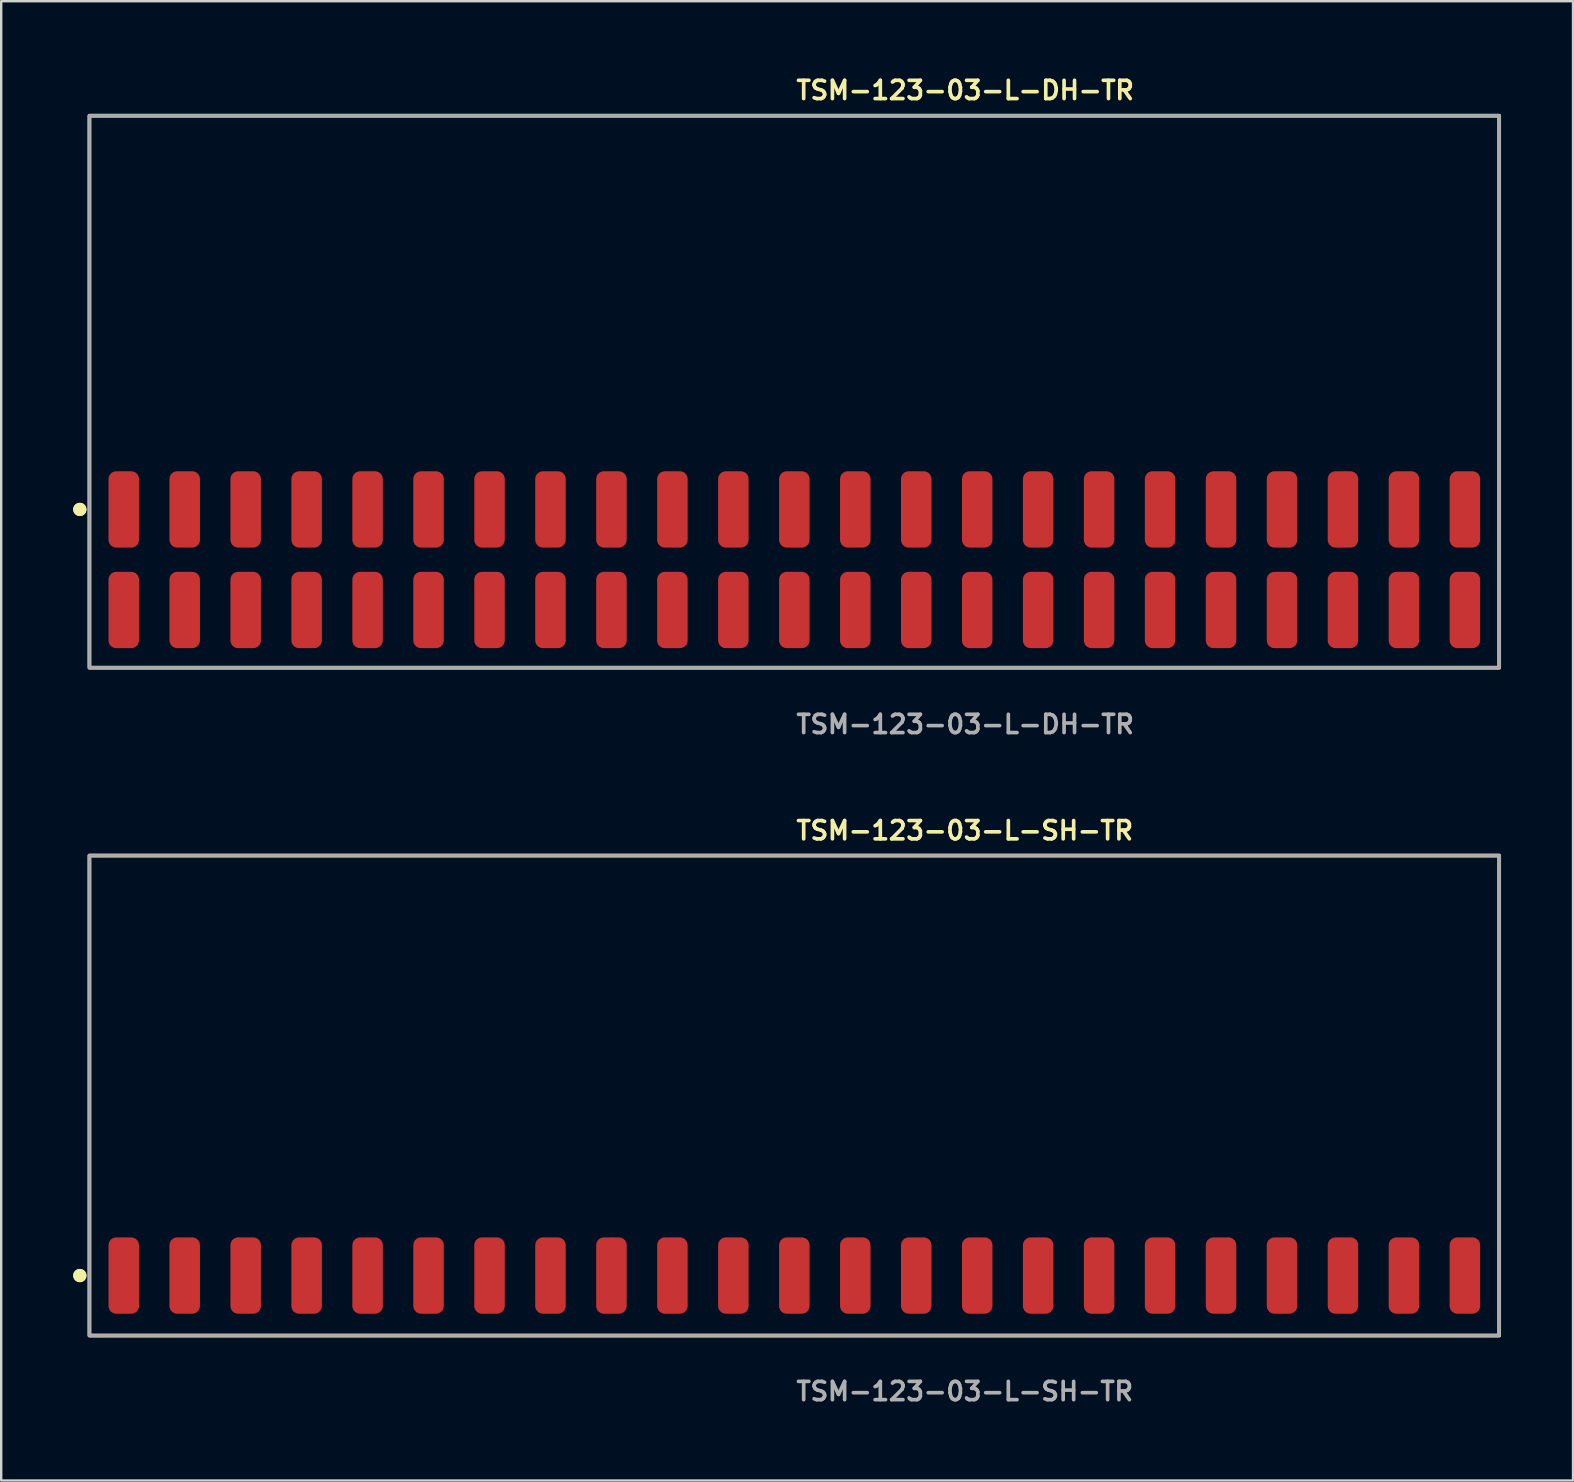
<source format=kicad_pcb>
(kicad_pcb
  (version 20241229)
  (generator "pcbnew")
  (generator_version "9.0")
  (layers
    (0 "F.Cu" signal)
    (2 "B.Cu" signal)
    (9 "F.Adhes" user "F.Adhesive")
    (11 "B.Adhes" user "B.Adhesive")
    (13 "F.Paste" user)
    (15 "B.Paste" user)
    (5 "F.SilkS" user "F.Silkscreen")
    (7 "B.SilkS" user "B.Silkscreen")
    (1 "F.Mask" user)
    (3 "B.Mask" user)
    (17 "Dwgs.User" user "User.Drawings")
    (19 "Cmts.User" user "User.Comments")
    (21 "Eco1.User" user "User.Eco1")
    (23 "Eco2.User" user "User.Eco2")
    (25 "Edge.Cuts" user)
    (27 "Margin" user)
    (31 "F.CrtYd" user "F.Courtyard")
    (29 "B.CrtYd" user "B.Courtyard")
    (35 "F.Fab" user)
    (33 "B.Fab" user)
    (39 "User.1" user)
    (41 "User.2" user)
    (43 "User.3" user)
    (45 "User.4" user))
  (footprint "TSM-123-03-L-DH-TR"
    (layer "F.Cu")
    (at 30.046 20.271)
    (property "Reference" "TSM-123-03-L-DH-TR" (at 0 -19.558 0) (unlocked yes) (layer "F.SilkS") (effects (font (size 0.762 0.762) (thickness 0.152)) (justify left)))
    (fp_rect (start -29.37 4.5) (end 29.37 -18.5) (stroke (width 0.152) (type solid)) (fill no) (layer "F.SilkS"))
    (fp_circle (center -29.77 -2.095) (end -29.97 -2.095) (stroke (width 0.152) (type solid)) (fill yes) (layer "F.SilkS"))
    (fp_circle (center -29.77 -2.095) (end -29.97 -2.095) (stroke (width 0.152) (type solid)) (fill yes) (layer "F.SilkS"))
    (fp_rect (start -29.37 4.5) (end 29.37 -18.5) (stroke (width 0.006) (type solid)) (fill no) (layer "F.CrtYd"))
    (fp_rect (start -29.37 4.5) (end 29.37 -18.5) (stroke (width 0.152) (type solid)) (fill no) (layer "F.Fab"))
    (fp_text user "${REFERENCE}" (at 0 6.858 0) (unlocked yes) (layer "F.Fab") (effects (font (size 0.762 0.762) (thickness 0.152)) (justify left)))
    (pad "1" smd roundrect (at -27.94 2.095) (size 1.27 3.18) (layers "F.Cu" "F.Paste") (roundrect_rratio 0.25))
    (pad "2" smd roundrect (at -27.94 -2.095) (size 1.27 3.18) (layers "F.Cu" "F.Paste") (roundrect_rratio 0.25))
    (pad "3" smd roundrect (at -25.4 2.095) (size 1.27 3.18) (layers "F.Cu" "F.Paste") (roundrect_rratio 0.25))
    (pad "4" smd roundrect (at -25.4 -2.095) (size 1.27 3.18) (layers "F.Cu" "F.Paste") (roundrect_rratio 0.25))
    (pad "5" smd roundrect (at -22.86 2.095) (size 1.27 3.18) (layers "F.Cu" "F.Paste") (roundrect_rratio 0.25))
    (pad "6" smd roundrect (at -22.86 -2.095) (size 1.27 3.18) (layers "F.Cu" "F.Paste") (roundrect_rratio 0.25))
    (pad "7" smd roundrect (at -20.32 2.095) (size 1.27 3.18) (layers "F.Cu" "F.Paste") (roundrect_rratio 0.25))
    (pad "8" smd roundrect (at -20.32 -2.095) (size 1.27 3.18) (layers "F.Cu" "F.Paste") (roundrect_rratio 0.25))
    (pad "9" smd roundrect (at -17.78 2.095) (size 1.27 3.18) (layers "F.Cu" "F.Paste") (roundrect_rratio 0.25))
    (pad "10" smd roundrect (at -17.78 -2.095) (size 1.27 3.18) (layers "F.Cu" "F.Paste") (roundrect_rratio 0.25))
    (pad "11" smd roundrect (at -15.24 2.095) (size 1.27 3.18) (layers "F.Cu" "F.Paste") (roundrect_rratio 0.25))
    (pad "12" smd roundrect (at -15.24 -2.095) (size 1.27 3.18) (layers "F.Cu" "F.Paste") (roundrect_rratio 0.25))
    (pad "13" smd roundrect (at -12.7 2.095) (size 1.27 3.18) (layers "F.Cu" "F.Paste") (roundrect_rratio 0.25))
    (pad "14" smd roundrect (at -12.7 -2.095) (size 1.27 3.18) (layers "F.Cu" "F.Paste") (roundrect_rratio 0.25))
    (pad "15" smd roundrect (at -10.16 2.095) (size 1.27 3.18) (layers "F.Cu" "F.Paste") (roundrect_rratio 0.25))
    (pad "16" smd roundrect (at -10.16 -2.095) (size 1.27 3.18) (layers "F.Cu" "F.Paste") (roundrect_rratio 0.25))
    (pad "17" smd roundrect (at -7.62 2.095) (size 1.27 3.18) (layers "F.Cu" "F.Paste") (roundrect_rratio 0.25))
    (pad "18" smd roundrect (at -7.62 -2.095) (size 1.27 3.18) (layers "F.Cu" "F.Paste") (roundrect_rratio 0.25))
    (pad "19" smd roundrect (at -5.08 2.095) (size 1.27 3.18) (layers "F.Cu" "F.Paste") (roundrect_rratio 0.25))
    (pad "20" smd roundrect (at -5.08 -2.095) (size 1.27 3.18) (layers "F.Cu" "F.Paste") (roundrect_rratio 0.25))
    (pad "21" smd roundrect (at -2.54 2.095) (size 1.27 3.18) (layers "F.Cu" "F.Paste") (roundrect_rratio 0.25))
    (pad "22" smd roundrect (at -2.54 -2.095) (size 1.27 3.18) (layers "F.Cu" "F.Paste") (roundrect_rratio 0.25))
    (pad "23" smd roundrect (at 0 2.095) (size 1.27 3.18) (layers "F.Cu" "F.Paste") (roundrect_rratio 0.25))
    (pad "24" smd roundrect (at 0 -2.095) (size 1.27 3.18) (layers "F.Cu" "F.Paste") (roundrect_rratio 0.25))
    (pad "25" smd roundrect (at 2.54 2.095) (size 1.27 3.18) (layers "F.Cu" "F.Paste") (roundrect_rratio 0.25))
    (pad "26" smd roundrect (at 2.54 -2.095) (size 1.27 3.18) (layers "F.Cu" "F.Paste") (roundrect_rratio 0.25))
    (pad "27" smd roundrect (at 5.08 2.095) (size 1.27 3.18) (layers "F.Cu" "F.Paste") (roundrect_rratio 0.25))
    (pad "28" smd roundrect (at 5.08 -2.095) (size 1.27 3.18) (layers "F.Cu" "F.Paste") (roundrect_rratio 0.25))
    (pad "29" smd roundrect (at 7.62 2.095) (size 1.27 3.18) (layers "F.Cu" "F.Paste") (roundrect_rratio 0.25))
    (pad "30" smd roundrect (at 7.62 -2.095) (size 1.27 3.18) (layers "F.Cu" "F.Paste") (roundrect_rratio 0.25))
    (pad "31" smd roundrect (at 10.16 2.095) (size 1.27 3.18) (layers "F.Cu" "F.Paste") (roundrect_rratio 0.25))
    (pad "32" smd roundrect (at 10.16 -2.095) (size 1.27 3.18) (layers "F.Cu" "F.Paste") (roundrect_rratio 0.25))
    (pad "33" smd roundrect (at 12.7 2.095) (size 1.27 3.18) (layers "F.Cu" "F.Paste") (roundrect_rratio 0.25))
    (pad "34" smd roundrect (at 12.7 -2.095) (size 1.27 3.18) (layers "F.Cu" "F.Paste") (roundrect_rratio 0.25))
    (pad "35" smd roundrect (at 15.24 2.095) (size 1.27 3.18) (layers "F.Cu" "F.Paste") (roundrect_rratio 0.25))
    (pad "36" smd roundrect (at 15.24 -2.095) (size 1.27 3.18) (layers "F.Cu" "F.Paste") (roundrect_rratio 0.25))
    (pad "37" smd roundrect (at 17.78 2.095) (size 1.27 3.18) (layers "F.Cu" "F.Paste") (roundrect_rratio 0.25))
    (pad "38" smd roundrect (at 17.78 -2.095) (size 1.27 3.18) (layers "F.Cu" "F.Paste") (roundrect_rratio 0.25))
    (pad "39" smd roundrect (at 20.32 2.095) (size 1.27 3.18) (layers "F.Cu" "F.Paste") (roundrect_rratio 0.25))
    (pad "40" smd roundrect (at 20.32 -2.095) (size 1.27 3.18) (layers "F.Cu" "F.Paste") (roundrect_rratio 0.25))
    (pad "41" smd roundrect (at 22.86 2.095) (size 1.27 3.18) (layers "F.Cu" "F.Paste") (roundrect_rratio 0.25))
    (pad "42" smd roundrect (at 22.86 -2.095) (size 1.27 3.18) (layers "F.Cu" "F.Paste") (roundrect_rratio 0.25))
    (pad "43" smd roundrect (at 25.4 2.095) (size 1.27 3.18) (layers "F.Cu" "F.Paste") (roundrect_rratio 0.25))
    (pad "44" smd roundrect (at 25.4 -2.095) (size 1.27 3.18) (layers "F.Cu" "F.Paste") (roundrect_rratio 0.25))
    (pad "45" smd roundrect (at 27.94 2.095) (size 1.27 3.18) (layers "F.Cu" "F.Paste") (roundrect_rratio 0.25))
    (pad "46" smd roundrect (at 27.94 -2.095) (size 1.27 3.18) (layers "F.Cu" "F.Paste") (roundrect_rratio 0.25)))
  (footprint "TSM-123-03-L-SH-TR"
    (layer "F.Cu")
    (at 30.046 50.098)
    (property "Reference" "TSM-123-03-L-SH-TR" (at 0 -18.542 0) (unlocked yes) (layer "F.SilkS") (effects (font (size 0.762 0.762) (thickness 0.152)) (justify left)))
    (fp_rect (start -29.37 2.5) (end 29.37 -17.5) (stroke (width 0.152) (type solid)) (fill no) (layer "F.SilkS"))
    (fp_circle (center -29.77 0) (end -29.97 0) (stroke (width 0.152) (type solid)) (fill yes) (layer "F.SilkS"))
    (fp_circle (center -29.77 0) (end -29.97 0) (stroke (width 0.152) (type solid)) (fill yes) (layer "F.SilkS"))
    (fp_rect (start -29.37 2.5) (end 29.37 -17.5) (stroke (width 0.006) (type solid)) (fill no) (layer "F.CrtYd"))
    (fp_rect (start -29.37 2.5) (end 29.37 -17.5) (stroke (width 0.152) (type solid)) (fill no) (layer "F.Fab"))
    (fp_text user "${REFERENCE}" (at 0 4.826 0) (unlocked yes) (layer "F.Fab") (effects (font (size 0.762 0.762) (thickness 0.152)) (justify left)))
    (pad "1" smd roundrect (at -27.94 0) (size 1.27 3.18) (layers "F.Cu" "F.Paste") (roundrect_rratio 0.25))
    (pad "2" smd roundrect (at -25.4 0) (size 1.27 3.18) (layers "F.Cu" "F.Paste") (roundrect_rratio 0.25))
    (pad "3" smd roundrect (at -22.86 0) (size 1.27 3.18) (layers "F.Cu" "F.Paste") (roundrect_rratio 0.25))
    (pad "4" smd roundrect (at -20.32 0) (size 1.27 3.18) (layers "F.Cu" "F.Paste") (roundrect_rratio 0.25))
    (pad "5" smd roundrect (at -17.78 0) (size 1.27 3.18) (layers "F.Cu" "F.Paste") (roundrect_rratio 0.25))
    (pad "6" smd roundrect (at -15.24 0) (size 1.27 3.18) (layers "F.Cu" "F.Paste") (roundrect_rratio 0.25))
    (pad "7" smd roundrect (at -12.7 0) (size 1.27 3.18) (layers "F.Cu" "F.Paste") (roundrect_rratio 0.25))
    (pad "8" smd roundrect (at -10.16 0) (size 1.27 3.18) (layers "F.Cu" "F.Paste") (roundrect_rratio 0.25))
    (pad "9" smd roundrect (at -7.62 0) (size 1.27 3.18) (layers "F.Cu" "F.Paste") (roundrect_rratio 0.25))
    (pad "10" smd roundrect (at -5.08 0) (size 1.27 3.18) (layers "F.Cu" "F.Paste") (roundrect_rratio 0.25))
    (pad "11" smd roundrect (at -2.54 0) (size 1.27 3.18) (layers "F.Cu" "F.Paste") (roundrect_rratio 0.25))
    (pad "12" smd roundrect (at 0 0) (size 1.27 3.18) (layers "F.Cu" "F.Paste") (roundrect_rratio 0.25))
    (pad "13" smd roundrect (at 2.54 0) (size 1.27 3.18) (layers "F.Cu" "F.Paste") (roundrect_rratio 0.25))
    (pad "14" smd roundrect (at 5.08 0) (size 1.27 3.18) (layers "F.Cu" "F.Paste") (roundrect_rratio 0.25))
    (pad "15" smd roundrect (at 7.62 0) (size 1.27 3.18) (layers "F.Cu" "F.Paste") (roundrect_rratio 0.25))
    (pad "16" smd roundrect (at 10.16 0) (size 1.27 3.18) (layers "F.Cu" "F.Paste") (roundrect_rratio 0.25))
    (pad "17" smd roundrect (at 12.7 0) (size 1.27 3.18) (layers "F.Cu" "F.Paste") (roundrect_rratio 0.25))
    (pad "18" smd roundrect (at 15.24 0) (size 1.27 3.18) (layers "F.Cu" "F.Paste") (roundrect_rratio 0.25))
    (pad "19" smd roundrect (at 17.78 0) (size 1.27 3.18) (layers "F.Cu" "F.Paste") (roundrect_rratio 0.25))
    (pad "20" smd roundrect (at 20.32 0) (size 1.27 3.18) (layers "F.Cu" "F.Paste") (roundrect_rratio 0.25))
    (pad "21" smd roundrect (at 22.86 0) (size 1.27 3.18) (layers "F.Cu" "F.Paste") (roundrect_rratio 0.25))
    (pad "22" smd roundrect (at 25.4 0) (size 1.27 3.18) (layers "F.Cu" "F.Paste") (roundrect_rratio 0.25))
    (pad "23" smd roundrect (at 27.94 0) (size 1.27 3.18) (layers "F.Cu" "F.Paste") (roundrect_rratio 0.25)))
  (gr_rect
    (start -3 -3)
    (end 62.492 58.637)
    (stroke (width 0.1) (type default))
    (fill no)
    (layer "Edge.Cuts")))
</source>
